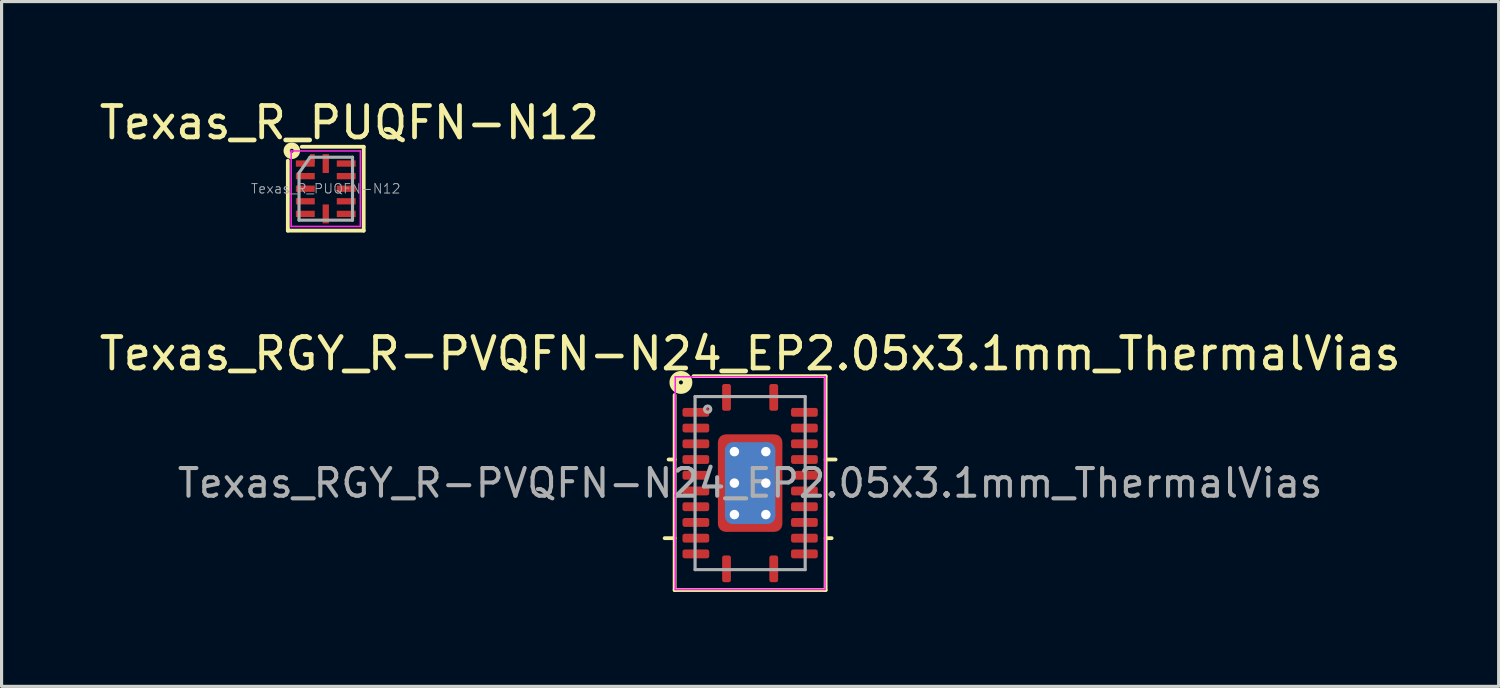
<source format=kicad_pcb>
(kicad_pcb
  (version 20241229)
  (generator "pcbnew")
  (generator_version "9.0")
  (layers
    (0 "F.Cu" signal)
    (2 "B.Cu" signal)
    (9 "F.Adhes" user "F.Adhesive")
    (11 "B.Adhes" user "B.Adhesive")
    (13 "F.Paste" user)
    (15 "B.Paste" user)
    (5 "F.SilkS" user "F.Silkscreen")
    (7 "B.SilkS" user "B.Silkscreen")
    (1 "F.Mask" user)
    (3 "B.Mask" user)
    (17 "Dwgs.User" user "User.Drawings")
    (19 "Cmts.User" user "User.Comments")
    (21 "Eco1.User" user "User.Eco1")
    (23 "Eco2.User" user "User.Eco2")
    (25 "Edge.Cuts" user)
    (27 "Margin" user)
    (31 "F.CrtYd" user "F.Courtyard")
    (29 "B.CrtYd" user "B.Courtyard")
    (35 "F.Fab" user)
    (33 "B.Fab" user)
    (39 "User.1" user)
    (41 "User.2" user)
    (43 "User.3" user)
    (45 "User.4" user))
  (footprint "Texas_R_PUQFN-N12"
    (layer "F.Cu")
    (at 7.304 2.948)
    (property "Reference" "Texas_R_PUQFN-N12" (at 0.75 -2.1 0) (layer "F.SilkS") (effects (font (size 1 1) (thickness 0.15))))
    (attr smd)
    (fp_line (start -1.206 -0.889) (end -1.206 1.27) (stroke (width 0.12) (type solid)) (layer "F.SilkS"))
    (fp_line (start -1.206 1.27) (end -1.206 1.333) (stroke (width 0.12) (type solid)) (layer "F.SilkS"))
    (fp_line (start -1.206 1.333) (end 1.206 1.333) (stroke (width 0.12) (type solid)) (layer "F.SilkS"))
    (fp_line (start 1.206 -1.333) (end -0.762 -1.333) (stroke (width 0.12) (type solid)) (layer "F.SilkS"))
    (fp_line (start 1.206 1.333) (end 1.206 -1.333) (stroke (width 0.12) (type solid)) (layer "F.SilkS"))
    (fp_circle (center -1.079 -1.206) (end -1.016 -1.206) (stroke (width 0.2) (type solid)) (fill no) (layer "F.SilkS"))
    (fp_line (start -1.1 -1.2) (end 1.1 -1.2) (stroke (width 0.05) (type solid)) (layer "F.CrtYd"))
    (fp_line (start -1.1 1.2) (end -1.1 -1.2) (stroke (width 0.05) (type solid)) (layer "F.CrtYd"))
    (fp_line (start 1.1 -1.2) (end 1.1 1.2) (stroke (width 0.05) (type solid)) (layer "F.CrtYd"))
    (fp_line (start 1.1 1.2) (end -1.1 1.2) (stroke (width 0.05) (type solid)) (layer "F.CrtYd"))
    (fp_line (start -0.85 1) (end -0.85 -0.5) (stroke (width 0.1) (type solid)) (layer "F.Fab"))
    (fp_line (start -0.5 -1) (end -0.85 -0.5) (stroke (width 0.1) (type solid)) (layer "F.Fab"))
    (fp_line (start -0.5 -1) (end 0.85 -1) (stroke (width 0.1) (type solid)) (layer "F.Fab"))
    (fp_line (start 0.85 -1) (end 0.85 1) (stroke (width 0.1) (type solid)) (layer "F.Fab"))
    (fp_line (start 0.85 1) (end -0.85 1) (stroke (width 0.1) (type solid)) (layer "F.Fab"))
    (fp_text user "${REFERENCE}" (at 0 0 0) (layer "F.Fab") (effects (font (size 0.3 0.3) (thickness 0.03))))
    (pad "1" smd rect (at -0.65 -0.8 270) (size 0.2 0.6) (layers "F.Cu" "F.Mask" "F.Paste"))
    (pad "1" smd rect (at -0.425 -0.975) (size 0.15 0.25) (layers "F.Cu" "F.Mask" "F.Paste"))
    (pad "2" smd rect (at -0.65 -0.4 270) (size 0.2 0.6) (layers "F.Cu" "F.Mask" "F.Paste"))
    (pad "3" smd rect (at -0.65 0 270) (size 0.2 0.6) (layers "F.Cu" "F.Mask" "F.Paste"))
    (pad "4" smd rect (at -0.65 0.4 270) (size 0.2 0.6) (layers "F.Cu" "F.Mask" "F.Paste"))
    (pad "5" smd rect (at -0.65 0.8 270) (size 0.2 0.6) (layers "F.Cu" "F.Mask" "F.Paste"))
    (pad "6" smd rect (at 0 0.8 270) (size 0.6 0.2) (layers "F.Cu" "F.Mask" "F.Paste"))
    (pad "7" smd rect (at 0.65 0.8 270) (size 0.2 0.6) (layers "F.Cu" "F.Mask" "F.Paste"))
    (pad "8" smd rect (at 0.65 0.4 270) (size 0.2 0.6) (layers "F.Cu" "F.Mask" "F.Paste"))
    (pad "9" smd rect (at 0.65 0 270) (size 0.2 0.6) (layers "F.Cu" "F.Mask" "F.Paste"))
    (pad "10" smd rect (at 0.65 -0.4 270) (size 0.2 0.6) (layers "F.Cu" "F.Mask" "F.Paste"))
    (pad "11" smd rect (at 0.65 -0.8 270) (size 0.2 0.6) (layers "F.Cu" "F.Mask" "F.Paste"))
    (pad "12" smd rect (at 0 -0.8 270) (size 0.6 0.2) (layers "F.Cu" "F.Mask" "F.Paste")))
  (footprint "Texas_RGY_R-PVQFN-N24_EP2.05x3.1mm_ThermalVias"
    (layer "F.Cu")
    (at 20.792 12.305)
    (property "Reference" "Texas_RGY_R-PVQFN-N24_EP2.05x3.1mm_ThermalVias" (at 0 -4.114 0) (layer "F.SilkS") (effects (font (size 1 1) (thickness 0.15))))
    (attr smd)
    (fp_line (start -2.4 -2.8) (end -2.4 3.4) (stroke (width 0.12) (type solid)) (layer "F.SilkS"))
    (fp_line (start -2.4 -0.75) (end -2.591 -0.75) (stroke (width 0.12) (type solid)) (layer "F.SilkS"))
    (fp_line (start -2.4 1.75) (end -2.717 1.75) (stroke (width 0.12) (type solid)) (layer "F.SilkS"))
    (fp_line (start -2.4 3.4) (end 2.4 3.4) (stroke (width 0.12) (type solid)) (layer "F.SilkS"))
    (fp_line (start 2.4 -3.4) (end -1.8 -3.4) (stroke (width 0.12) (type solid)) (layer "F.SilkS"))
    (fp_line (start 2.4 -0.75) (end 2.717 -0.75) (stroke (width 0.12) (type solid)) (layer "F.SilkS"))
    (fp_line (start 2.4 1.75) (end 2.591 1.75) (stroke (width 0.12) (type solid)) (layer "F.SilkS"))
    (fp_line (start 2.4 3.4) (end 2.4 -3.4) (stroke (width 0.12) (type solid)) (layer "F.SilkS"))
    (fp_circle (center -2.2 -3.2) (end -2.136 -3.2) (stroke (width 0.3) (type solid)) (fill no) (layer "F.SilkS"))
    (fp_line (start -2.38 -3.38) (end -2.38 3.38) (stroke (width 0.05) (type solid)) (layer "F.CrtYd"))
    (fp_line (start -2.38 3.38) (end 2.38 3.38) (stroke (width 0.05) (type solid)) (layer "F.CrtYd"))
    (fp_line (start 2.38 -3.38) (end -2.38 -3.38) (stroke (width 0.05) (type solid)) (layer "F.CrtYd"))
    (fp_line (start 2.38 3.38) (end 2.38 -3.38) (stroke (width 0.05) (type solid)) (layer "F.CrtYd"))
    (fp_line (start -1.75 -2.75) (end 1.75 -2.75) (stroke (width 0.1) (type solid)) (layer "F.Fab"))
    (fp_line (start -1.75 2.75) (end -1.75 -2.75) (stroke (width 0.1) (type solid)) (layer "F.Fab"))
    (fp_line (start 1.75 -2.75) (end 1.75 2.75) (stroke (width 0.1) (type solid)) (layer "F.Fab"))
    (fp_line (start 1.75 2.75) (end -1.75 2.75) (stroke (width 0.1) (type solid)) (layer "F.Fab"))
    (fp_circle (center -1.35 -2.35) (end -1.25 -2.35) (stroke (width 0.1) (type solid)) (fill no) (layer "F.Fab"))
    (fp_text user "${REFERENCE}" (at 0 0 0) (layer "F.Fab") (effects (font (size 0.88 0.88) (thickness 0.13))))
    (pad "" smd roundrect (at -0.56 -0.81) (size 0.82 1.32) (layers "F.Paste") (roundrect_rratio 0.25))
    (pad "" smd roundrect (at -0.56 0.81) (size 0.82 1.32) (layers "F.Paste") (roundrect_rratio 0.25))
    (pad "" smd roundrect (at 0.56 -0.81) (size 0.82 1.32) (layers "F.Paste") (roundrect_rratio 0.25))
    (pad "" smd roundrect (at 0.56 0.81) (size 0.82 1.32) (layers "F.Paste") (roundrect_rratio 0.25))
    (pad "1" smd roundrect (at -0.75 -2.725) (size 0.28 0.85) (layers "F.Cu" "F.Mask" "F.Paste") (roundrect_rratio 0.25))
    (pad "2" smd roundrect (at -1.725 -2.25) (size 0.85 0.28) (layers "F.Cu" "F.Mask" "F.Paste") (roundrect_rratio 0.25))
    (pad "3" smd roundrect (at -1.725 -1.75) (size 0.85 0.28) (layers "F.Cu" "F.Mask" "F.Paste") (roundrect_rratio 0.25))
    (pad "4" smd roundrect (at -1.725 -1.25) (size 0.85 0.28) (layers "F.Cu" "F.Mask" "F.Paste") (roundrect_rratio 0.25))
    (pad "5" smd roundrect (at -1.725 -0.75) (size 0.85 0.28) (layers "F.Cu" "F.Mask" "F.Paste") (roundrect_rratio 0.25))
    (pad "6" smd roundrect (at -1.725 -0.25) (size 0.85 0.28) (layers "F.Cu" "F.Mask" "F.Paste") (roundrect_rratio 0.25))
    (pad "7" smd roundrect (at -1.725 0.25) (size 0.85 0.28) (layers "F.Cu" "F.Mask" "F.Paste") (roundrect_rratio 0.25))
    (pad "8" smd roundrect (at -1.725 0.75) (size 0.85 0.28) (layers "F.Cu" "F.Mask" "F.Paste") (roundrect_rratio 0.25))
    (pad "9" smd roundrect (at -1.725 1.25) (size 0.85 0.28) (layers "F.Cu" "F.Mask" "F.Paste") (roundrect_rratio 0.25))
    (pad "10" smd roundrect (at -1.725 1.75) (size 0.85 0.28) (layers "F.Cu" "F.Mask" "F.Paste") (roundrect_rratio 0.25))
    (pad "11" smd roundrect (at -1.725 2.25) (size 0.85 0.28) (layers "F.Cu" "F.Mask" "F.Paste") (roundrect_rratio 0.25))
    (pad "12" smd roundrect (at -0.75 2.725) (size 0.28 0.85) (layers "F.Cu" "F.Mask" "F.Paste") (roundrect_rratio 0.25))
    (pad "13" smd roundrect (at 0.75 2.725) (size 0.28 0.85) (layers "F.Cu" "F.Mask" "F.Paste") (roundrect_rratio 0.25))
    (pad "14" smd roundrect (at 1.725 2.25) (size 0.85 0.28) (layers "F.Cu" "F.Mask" "F.Paste") (roundrect_rratio 0.25))
    (pad "15" smd roundrect (at 1.725 1.75) (size 0.85 0.28) (layers "F.Cu" "F.Mask" "F.Paste") (roundrect_rratio 0.25))
    (pad "16" smd roundrect (at 1.725 1.25) (size 0.85 0.28) (layers "F.Cu" "F.Mask" "F.Paste") (roundrect_rratio 0.25))
    (pad "17" smd roundrect (at 1.725 0.75) (size 0.85 0.28) (layers "F.Cu" "F.Mask" "F.Paste") (roundrect_rratio 0.25))
    (pad "18" smd roundrect (at 1.725 0.25) (size 0.85 0.28) (layers "F.Cu" "F.Mask" "F.Paste") (roundrect_rratio 0.25))
    (pad "19" smd roundrect (at 1.725 -0.25) (size 0.85 0.28) (layers "F.Cu" "F.Mask" "F.Paste") (roundrect_rratio 0.25))
    (pad "20" smd roundrect (at 1.725 -0.75) (size 0.85 0.28) (layers "F.Cu" "F.Mask" "F.Paste") (roundrect_rratio 0.25))
    (pad "21" smd roundrect (at 1.725 -1.25) (size 0.85 0.28) (layers "F.Cu" "F.Mask" "F.Paste") (roundrect_rratio 0.25))
    (pad "22" smd roundrect (at 1.725 -1.75) (size 0.85 0.28) (layers "F.Cu" "F.Mask" "F.Paste") (roundrect_rratio 0.25))
    (pad "23" smd roundrect (at 1.725 -2.25) (size 0.85 0.28) (layers "F.Cu" "F.Mask" "F.Paste") (roundrect_rratio 0.25))
    (pad "24" smd roundrect (at 0.75 -2.725) (size 0.28 0.85) (layers "F.Cu" "F.Mask" "F.Paste") (roundrect_rratio 0.25))
    (pad "25" thru_hole circle (at -0.5 -1) (size 0.6 0.6) (drill 0.3) (property pad_prop_heatsink) (layers "*.Cu"))
    (pad "25" thru_hole circle (at -0.5 0) (size 0.6 0.6) (drill 0.3) (property pad_prop_heatsink) (layers "*.Cu"))
    (pad "25" thru_hole circle (at -0.5 1) (size 0.6 0.6) (drill 0.3) (property pad_prop_heatsink) (layers "*.Cu"))
    (pad "25" smd roundrect (at 0 0) (size 1.6 2.6) (layers "B.Cu" "B.Mask") (roundrect_rratio 0.156))
    (pad "25" smd roundrect (at 0 0) (size 2.05 3.1) (layers "F.Cu" "F.Mask") (roundrect_rratio 0.122))
    (pad "25" thru_hole circle (at 0.5 -1) (size 0.6 0.6) (drill 0.3) (property pad_prop_heatsink) (layers "*.Cu"))
    (pad "25" thru_hole circle (at 0.5 0) (size 0.6 0.6) (drill 0.3) (property pad_prop_heatsink) (layers "*.Cu"))
    (pad "25" thru_hole circle (at 0.5 1) (size 0.6 0.6) (drill 0.3) (property pad_prop_heatsink) (layers "*.Cu")))
  (gr_rect
    (start -3 -3)
    (end 44.583 18.765)
    (stroke (width 0.1) (type default))
    (fill no)
    (layer "Edge.Cuts")))
</source>
